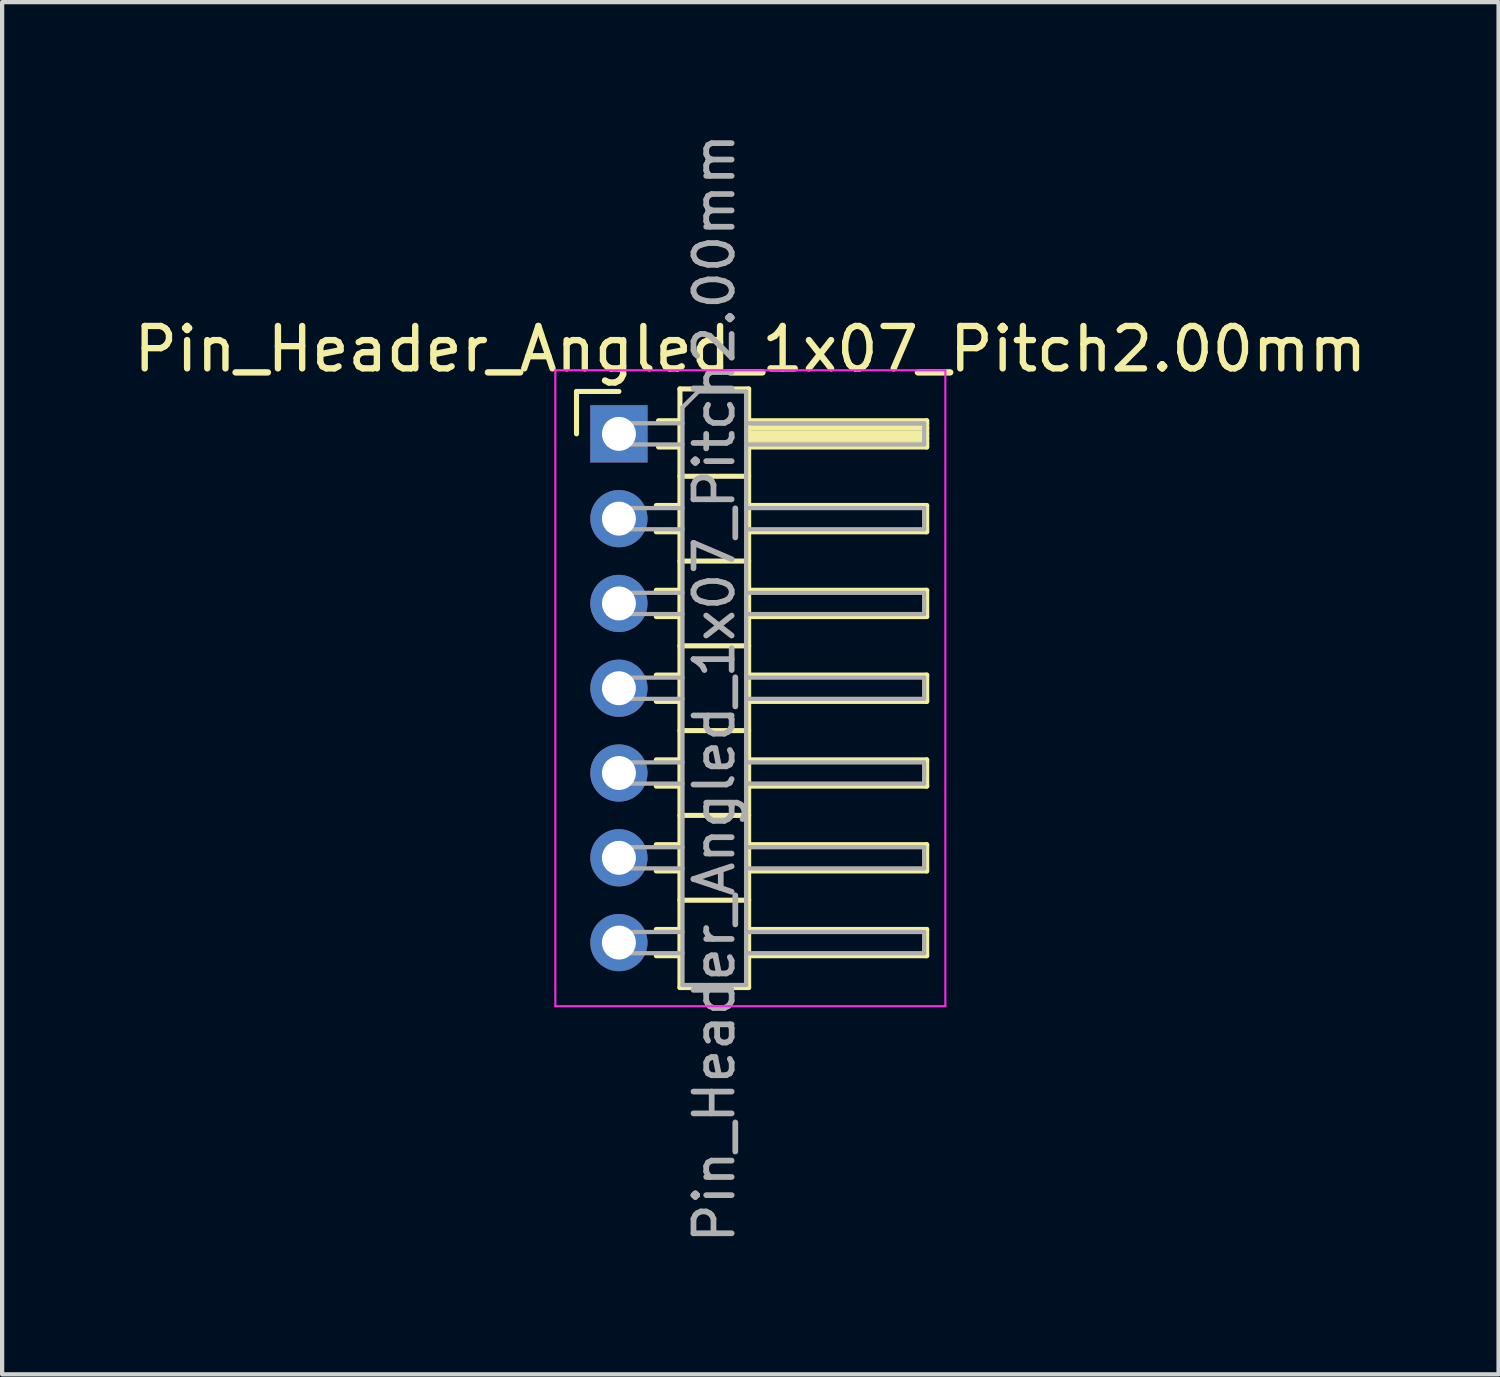
<source format=kicad_pcb>
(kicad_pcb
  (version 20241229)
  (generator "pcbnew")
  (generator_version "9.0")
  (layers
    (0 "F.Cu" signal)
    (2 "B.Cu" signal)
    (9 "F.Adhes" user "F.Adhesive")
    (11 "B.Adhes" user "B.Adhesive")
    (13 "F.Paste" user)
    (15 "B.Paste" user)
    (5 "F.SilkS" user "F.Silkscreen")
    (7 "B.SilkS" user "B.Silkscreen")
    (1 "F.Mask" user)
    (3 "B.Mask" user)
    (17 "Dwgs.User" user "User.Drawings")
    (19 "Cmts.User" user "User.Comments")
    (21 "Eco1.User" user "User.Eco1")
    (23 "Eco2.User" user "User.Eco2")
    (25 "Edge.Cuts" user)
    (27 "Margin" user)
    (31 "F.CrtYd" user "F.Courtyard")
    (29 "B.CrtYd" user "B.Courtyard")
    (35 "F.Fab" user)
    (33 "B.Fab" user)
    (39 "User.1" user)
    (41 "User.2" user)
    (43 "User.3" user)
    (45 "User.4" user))
  (footprint "Pin_Header_Angled_1x07_Pitch2.00mm"
    (layer "F.Cu")
    (at 11.549 7.184)
    (property "Reference" "Pin_Header_Angled_1x07_Pitch2.00mm" (at 3.1 -2 0) (layer "F.SilkS") (effects (font (size 1 1) (thickness 0.15))))
    (attr through_hole)
    (fp_line (start -1 -1) (end 0 -1) (stroke (width 0.12) (type solid)) (layer "F.SilkS"))
    (fp_line (start -1 0) (end -1 -1) (stroke (width 0.12) (type solid)) (layer "F.SilkS"))
    (fp_line (start 0.882 1.69) (end 1.44 1.69) (stroke (width 0.12) (type solid)) (layer "F.SilkS"))
    (fp_line (start 0.882 2.31) (end 1.44 2.31) (stroke (width 0.12) (type solid)) (layer "F.SilkS"))
    (fp_line (start 0.882 3.69) (end 1.44 3.69) (stroke (width 0.12) (type solid)) (layer "F.SilkS"))
    (fp_line (start 0.882 4.31) (end 1.44 4.31) (stroke (width 0.12) (type solid)) (layer "F.SilkS"))
    (fp_line (start 0.882 5.69) (end 1.44 5.69) (stroke (width 0.12) (type solid)) (layer "F.SilkS"))
    (fp_line (start 0.882 6.31) (end 1.44 6.31) (stroke (width 0.12) (type solid)) (layer "F.SilkS"))
    (fp_line (start 0.882 7.69) (end 1.44 7.69) (stroke (width 0.12) (type solid)) (layer "F.SilkS"))
    (fp_line (start 0.882 8.31) (end 1.44 8.31) (stroke (width 0.12) (type solid)) (layer "F.SilkS"))
    (fp_line (start 0.882 9.69) (end 1.44 9.69) (stroke (width 0.12) (type solid)) (layer "F.SilkS"))
    (fp_line (start 0.882 10.31) (end 1.44 10.31) (stroke (width 0.12) (type solid)) (layer "F.SilkS"))
    (fp_line (start 0.882 11.69) (end 1.44 11.69) (stroke (width 0.12) (type solid)) (layer "F.SilkS"))
    (fp_line (start 0.882 12.31) (end 1.44 12.31) (stroke (width 0.12) (type solid)) (layer "F.SilkS"))
    (fp_line (start 0.935 -0.31) (end 1.44 -0.31) (stroke (width 0.12) (type solid)) (layer "F.SilkS"))
    (fp_line (start 0.935 0.31) (end 1.44 0.31) (stroke (width 0.12) (type solid)) (layer "F.SilkS"))
    (fp_line (start 1.44 -1.06) (end 1.44 13.06) (stroke (width 0.12) (type solid)) (layer "F.SilkS"))
    (fp_line (start 1.44 1) (end 3.06 1) (stroke (width 0.12) (type solid)) (layer "F.SilkS"))
    (fp_line (start 1.44 3) (end 3.06 3) (stroke (width 0.12) (type solid)) (layer "F.SilkS"))
    (fp_line (start 1.44 5) (end 3.06 5) (stroke (width 0.12) (type solid)) (layer "F.SilkS"))
    (fp_line (start 1.44 7) (end 3.06 7) (stroke (width 0.12) (type solid)) (layer "F.SilkS"))
    (fp_line (start 1.44 9) (end 3.06 9) (stroke (width 0.12) (type solid)) (layer "F.SilkS"))
    (fp_line (start 1.44 11) (end 3.06 11) (stroke (width 0.12) (type solid)) (layer "F.SilkS"))
    (fp_line (start 1.44 13.06) (end 3.06 13.06) (stroke (width 0.12) (type solid)) (layer "F.SilkS"))
    (fp_line (start 3.06 -1.06) (end 1.44 -1.06) (stroke (width 0.12) (type solid)) (layer "F.SilkS"))
    (fp_line (start 3.06 -0.31) (end 7.26 -0.31) (stroke (width 0.12) (type solid)) (layer "F.SilkS"))
    (fp_line (start 3.06 -0.25) (end 7.26 -0.25) (stroke (width 0.12) (type solid)) (layer "F.SilkS"))
    (fp_line (start 3.06 -0.13) (end 7.26 -0.13) (stroke (width 0.12) (type solid)) (layer "F.SilkS"))
    (fp_line (start 3.06 -0.01) (end 7.26 -0.01) (stroke (width 0.12) (type solid)) (layer "F.SilkS"))
    (fp_line (start 3.06 0.11) (end 7.26 0.11) (stroke (width 0.12) (type solid)) (layer "F.SilkS"))
    (fp_line (start 3.06 0.23) (end 7.26 0.23) (stroke (width 0.12) (type solid)) (layer "F.SilkS"))
    (fp_line (start 3.06 1.69) (end 7.26 1.69) (stroke (width 0.12) (type solid)) (layer "F.SilkS"))
    (fp_line (start 3.06 3.69) (end 7.26 3.69) (stroke (width 0.12) (type solid)) (layer "F.SilkS"))
    (fp_line (start 3.06 5.69) (end 7.26 5.69) (stroke (width 0.12) (type solid)) (layer "F.SilkS"))
    (fp_line (start 3.06 7.69) (end 7.26 7.69) (stroke (width 0.12) (type solid)) (layer "F.SilkS"))
    (fp_line (start 3.06 9.69) (end 7.26 9.69) (stroke (width 0.12) (type solid)) (layer "F.SilkS"))
    (fp_line (start 3.06 11.69) (end 7.26 11.69) (stroke (width 0.12) (type solid)) (layer "F.SilkS"))
    (fp_line (start 3.06 13.06) (end 3.06 -1.06) (stroke (width 0.12) (type solid)) (layer "F.SilkS"))
    (fp_line (start 7.26 -0.31) (end 7.26 0.31) (stroke (width 0.12) (type solid)) (layer "F.SilkS"))
    (fp_line (start 7.26 0.31) (end 3.06 0.31) (stroke (width 0.12) (type solid)) (layer "F.SilkS"))
    (fp_line (start 7.26 1.69) (end 7.26 2.31) (stroke (width 0.12) (type solid)) (layer "F.SilkS"))
    (fp_line (start 7.26 2.31) (end 3.06 2.31) (stroke (width 0.12) (type solid)) (layer "F.SilkS"))
    (fp_line (start 7.26 3.69) (end 7.26 4.31) (stroke (width 0.12) (type solid)) (layer "F.SilkS"))
    (fp_line (start 7.26 4.31) (end 3.06 4.31) (stroke (width 0.12) (type solid)) (layer "F.SilkS"))
    (fp_line (start 7.26 5.69) (end 7.26 6.31) (stroke (width 0.12) (type solid)) (layer "F.SilkS"))
    (fp_line (start 7.26 6.31) (end 3.06 6.31) (stroke (width 0.12) (type solid)) (layer "F.SilkS"))
    (fp_line (start 7.26 7.69) (end 7.26 8.31) (stroke (width 0.12) (type solid)) (layer "F.SilkS"))
    (fp_line (start 7.26 8.31) (end 3.06 8.31) (stroke (width 0.12) (type solid)) (layer "F.SilkS"))
    (fp_line (start 7.26 9.69) (end 7.26 10.31) (stroke (width 0.12) (type solid)) (layer "F.SilkS"))
    (fp_line (start 7.26 10.31) (end 3.06 10.31) (stroke (width 0.12) (type solid)) (layer "F.SilkS"))
    (fp_line (start 7.26 11.69) (end 7.26 12.31) (stroke (width 0.12) (type solid)) (layer "F.SilkS"))
    (fp_line (start 7.26 12.31) (end 3.06 12.31) (stroke (width 0.12) (type solid)) (layer "F.SilkS"))
    (fp_line (start -1.5 -1.5) (end -1.5 13.5) (stroke (width 0.05) (type solid)) (layer "F.CrtYd"))
    (fp_line (start -1.5 13.5) (end 7.7 13.5) (stroke (width 0.05) (type solid)) (layer "F.CrtYd"))
    (fp_line (start 7.7 -1.5) (end -1.5 -1.5) (stroke (width 0.05) (type solid)) (layer "F.CrtYd"))
    (fp_line (start 7.7 13.5) (end 7.7 -1.5) (stroke (width 0.05) (type solid)) (layer "F.CrtYd"))
    (fp_line (start -0.25 -0.25) (end -0.25 0.25) (stroke (width 0.1) (type solid)) (layer "F.Fab"))
    (fp_line (start -0.25 -0.25) (end 1.5 -0.25) (stroke (width 0.1) (type solid)) (layer "F.Fab"))
    (fp_line (start -0.25 0.25) (end 1.5 0.25) (stroke (width 0.1) (type solid)) (layer "F.Fab"))
    (fp_line (start -0.25 1.75) (end -0.25 2.25) (stroke (width 0.1) (type solid)) (layer "F.Fab"))
    (fp_line (start -0.25 1.75) (end 1.5 1.75) (stroke (width 0.1) (type solid)) (layer "F.Fab"))
    (fp_line (start -0.25 2.25) (end 1.5 2.25) (stroke (width 0.1) (type solid)) (layer "F.Fab"))
    (fp_line (start -0.25 3.75) (end -0.25 4.25) (stroke (width 0.1) (type solid)) (layer "F.Fab"))
    (fp_line (start -0.25 3.75) (end 1.5 3.75) (stroke (width 0.1) (type solid)) (layer "F.Fab"))
    (fp_line (start -0.25 4.25) (end 1.5 4.25) (stroke (width 0.1) (type solid)) (layer "F.Fab"))
    (fp_line (start -0.25 5.75) (end -0.25 6.25) (stroke (width 0.1) (type solid)) (layer "F.Fab"))
    (fp_line (start -0.25 5.75) (end 1.5 5.75) (stroke (width 0.1) (type solid)) (layer "F.Fab"))
    (fp_line (start -0.25 6.25) (end 1.5 6.25) (stroke (width 0.1) (type solid)) (layer "F.Fab"))
    (fp_line (start -0.25 7.75) (end -0.25 8.25) (stroke (width 0.1) (type solid)) (layer "F.Fab"))
    (fp_line (start -0.25 7.75) (end 1.5 7.75) (stroke (width 0.1) (type solid)) (layer "F.Fab"))
    (fp_line (start -0.25 8.25) (end 1.5 8.25) (stroke (width 0.1) (type solid)) (layer "F.Fab"))
    (fp_line (start -0.25 9.75) (end -0.25 10.25) (stroke (width 0.1) (type solid)) (layer "F.Fab"))
    (fp_line (start -0.25 9.75) (end 1.5 9.75) (stroke (width 0.1) (type solid)) (layer "F.Fab"))
    (fp_line (start -0.25 10.25) (end 1.5 10.25) (stroke (width 0.1) (type solid)) (layer "F.Fab"))
    (fp_line (start -0.25 11.75) (end -0.25 12.25) (stroke (width 0.1) (type solid)) (layer "F.Fab"))
    (fp_line (start -0.25 11.75) (end 1.5 11.75) (stroke (width 0.1) (type solid)) (layer "F.Fab"))
    (fp_line (start -0.25 12.25) (end 1.5 12.25) (stroke (width 0.1) (type solid)) (layer "F.Fab"))
    (fp_line (start 1.5 -0.625) (end 1.875 -1) (stroke (width 0.1) (type solid)) (layer "F.Fab"))
    (fp_line (start 1.5 13) (end 1.5 -0.625) (stroke (width 0.1) (type solid)) (layer "F.Fab"))
    (fp_line (start 1.875 -1) (end 3 -1) (stroke (width 0.1) (type solid)) (layer "F.Fab"))
    (fp_line (start 3 -1) (end 3 13) (stroke (width 0.1) (type solid)) (layer "F.Fab"))
    (fp_line (start 3 -0.25) (end 7.2 -0.25) (stroke (width 0.1) (type solid)) (layer "F.Fab"))
    (fp_line (start 3 0.25) (end 7.2 0.25) (stroke (width 0.1) (type solid)) (layer "F.Fab"))
    (fp_line (start 3 1.75) (end 7.2 1.75) (stroke (width 0.1) (type solid)) (layer "F.Fab"))
    (fp_line (start 3 2.25) (end 7.2 2.25) (stroke (width 0.1) (type solid)) (layer "F.Fab"))
    (fp_line (start 3 3.75) (end 7.2 3.75) (stroke (width 0.1) (type solid)) (layer "F.Fab"))
    (fp_line (start 3 4.25) (end 7.2 4.25) (stroke (width 0.1) (type solid)) (layer "F.Fab"))
    (fp_line (start 3 5.75) (end 7.2 5.75) (stroke (width 0.1) (type solid)) (layer "F.Fab"))
    (fp_line (start 3 6.25) (end 7.2 6.25) (stroke (width 0.1) (type solid)) (layer "F.Fab"))
    (fp_line (start 3 7.75) (end 7.2 7.75) (stroke (width 0.1) (type solid)) (layer "F.Fab"))
    (fp_line (start 3 8.25) (end 7.2 8.25) (stroke (width 0.1) (type solid)) (layer "F.Fab"))
    (fp_line (start 3 9.75) (end 7.2 9.75) (stroke (width 0.1) (type solid)) (layer "F.Fab"))
    (fp_line (start 3 10.25) (end 7.2 10.25) (stroke (width 0.1) (type solid)) (layer "F.Fab"))
    (fp_line (start 3 11.75) (end 7.2 11.75) (stroke (width 0.1) (type solid)) (layer "F.Fab"))
    (fp_line (start 3 12.25) (end 7.2 12.25) (stroke (width 0.1) (type solid)) (layer "F.Fab"))
    (fp_line (start 3 13) (end 1.5 13) (stroke (width 0.1) (type solid)) (layer "F.Fab"))
    (fp_line (start 7.2 -0.25) (end 7.2 0.25) (stroke (width 0.1) (type solid)) (layer "F.Fab"))
    (fp_line (start 7.2 1.75) (end 7.2 2.25) (stroke (width 0.1) (type solid)) (layer "F.Fab"))
    (fp_line (start 7.2 3.75) (end 7.2 4.25) (stroke (width 0.1) (type solid)) (layer "F.Fab"))
    (fp_line (start 7.2 5.75) (end 7.2 6.25) (stroke (width 0.1) (type solid)) (layer "F.Fab"))
    (fp_line (start 7.2 7.75) (end 7.2 8.25) (stroke (width 0.1) (type solid)) (layer "F.Fab"))
    (fp_line (start 7.2 9.75) (end 7.2 10.25) (stroke (width 0.1) (type solid)) (layer "F.Fab"))
    (fp_line (start 7.2 11.75) (end 7.2 12.25) (stroke (width 0.1) (type solid)) (layer "F.Fab"))
    (fp_text user "${REFERENCE}" (at 2.25 6 90) (layer "F.Fab") (effects (font (size 0.9 0.9) (thickness 0.135))))
    (pad "1" thru_hole rect (at 0 0) (size 1.35 1.35) (drill 0.8) (layers "*.Cu" "*.Mask"))
    (pad "2" thru_hole oval (at 0 2) (size 1.35 1.35) (drill 0.8) (layers "*.Cu" "*.Mask"))
    (pad "3" thru_hole oval (at 0 4) (size 1.35 1.35) (drill 0.8) (layers "*.Cu" "*.Mask"))
    (pad "4" thru_hole oval (at 0 6) (size 1.35 1.35) (drill 0.8) (layers "*.Cu" "*.Mask"))
    (pad "5" thru_hole oval (at 0 8) (size 1.35 1.35) (drill 0.8) (layers "*.Cu" "*.Mask"))
    (pad "6" thru_hole oval (at 0 10) (size 1.35 1.35) (drill 0.8) (layers "*.Cu" "*.Mask"))
    (pad "7" thru_hole oval (at 0 12) (size 1.35 1.35) (drill 0.8) (layers "*.Cu" "*.Mask")))
  (gr_rect
    (start -3 -3)
    (end 32.298 29.368)
    (stroke (width 0.1) (type default))
    (fill no)
    (layer "Edge.Cuts")))
</source>
